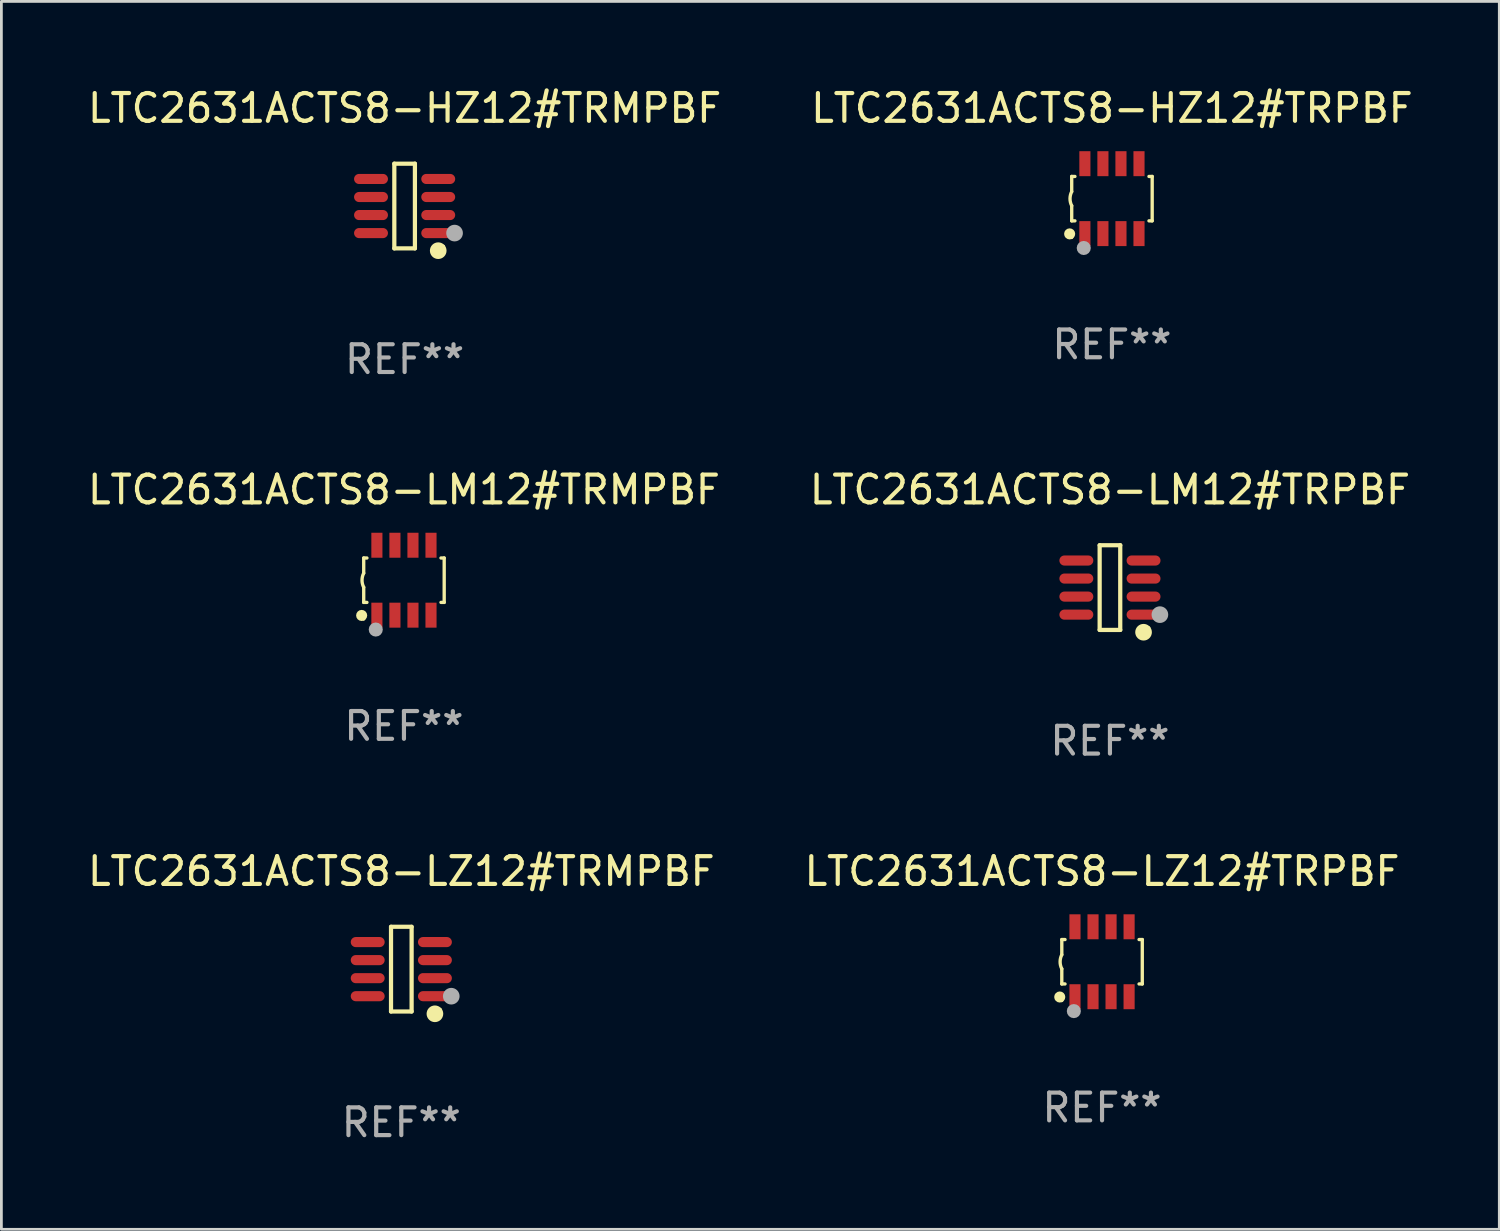
<source format=kicad_pcb>
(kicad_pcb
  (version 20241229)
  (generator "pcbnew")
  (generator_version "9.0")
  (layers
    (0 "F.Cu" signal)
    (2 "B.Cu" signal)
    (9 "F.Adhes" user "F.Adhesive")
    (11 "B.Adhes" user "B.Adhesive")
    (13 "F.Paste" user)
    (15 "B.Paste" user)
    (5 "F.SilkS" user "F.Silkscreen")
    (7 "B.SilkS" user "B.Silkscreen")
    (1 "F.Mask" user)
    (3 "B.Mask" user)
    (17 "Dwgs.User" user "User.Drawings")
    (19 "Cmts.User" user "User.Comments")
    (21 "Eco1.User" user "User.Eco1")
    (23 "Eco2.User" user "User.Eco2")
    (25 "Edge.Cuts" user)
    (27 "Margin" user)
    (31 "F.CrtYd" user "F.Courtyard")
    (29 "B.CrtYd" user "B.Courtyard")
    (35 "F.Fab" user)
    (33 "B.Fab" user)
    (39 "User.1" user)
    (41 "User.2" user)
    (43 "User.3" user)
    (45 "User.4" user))
  (footprint "LTC2631ACTS8-HZ12#TRMPBF"
    (layer "F.Cu")
    (at 11.53 4.374)
    (property "Reference" "LTC2631ACTS8-HZ12#TRMPBF" (at 0 -3.526 0) (layer "F.SilkS") (effects (font (size 1 1) (thickness 0.15))))
    (attr through_hole)
    (fp_line (start -0.371 -1.526) (end 0.371 -1.526) (stroke (width 0.152) (type solid)) (layer "F.SilkS"))
    (fp_line (start -0.371 1.526) (end -0.371 -1.526) (stroke (width 0.152) (type solid)) (layer "F.SilkS"))
    (fp_line (start 0.371 -1.526) (end 0.371 1.526) (stroke (width 0.152) (type solid)) (layer "F.SilkS"))
    (fp_line (start 0.371 1.526) (end -0.371 1.526) (stroke (width 0.152) (type solid)) (layer "F.SilkS"))
    (fp_circle (center 1.211 1.609) (end 1.361 1.609) (stroke (width 0.3) (type solid)) (fill no) (layer "F.SilkS"))
    (fp_circle (center 1.4 1.45) (end 1.43 1.45) (stroke (width 0.06) (type solid)) (fill no) (layer "F.SilkS"))
    (fp_circle (center 1.8 0.975) (end 1.95 0.975) (stroke (width 0.3) (type solid)) (fill no) (layer "F.Fab"))
    (fp_text user "REF**" (at 0 5.526 0) (layer "F.Fab") (effects (font (size 1 1) (thickness 0.15))))
    (pad "1" smd oval (at 1.211 0.975) (size 1.222 0.364) (layers "F.Cu" "F.Mask" "F.Paste"))
    (pad "2" smd oval (at 1.211 0.325) (size 1.222 0.364) (layers "F.Cu" "F.Mask" "F.Paste"))
    (pad "3" smd oval (at 1.211 -0.325) (size 1.222 0.364) (layers "F.Cu" "F.Mask" "F.Paste"))
    (pad "4" smd oval (at 1.211 -0.975) (size 1.222 0.364) (layers "F.Cu" "F.Mask" "F.Paste"))
    (pad "5" smd oval (at -1.211 -0.975) (size 1.222 0.364) (layers "F.Cu" "F.Mask" "F.Paste"))
    (pad "6" smd oval (at -1.211 -0.325) (size 1.222 0.364) (layers "F.Cu" "F.Mask" "F.Paste"))
    (pad "7" smd oval (at -1.211 0.325) (size 1.222 0.364) (layers "F.Cu" "F.Mask" "F.Paste"))
    (pad "8" smd oval (at -1.211 0.975) (size 1.222 0.364) (layers "F.Cu" "F.Mask" "F.Paste")))
  (footprint "LTC2631ACTS8-LM12#TRPBF"
    (layer "F.Cu")
    (at 36.946 18.123)
    (property "Reference" "LTC2631ACTS8-LM12#TRPBF" (at 0 -3.526 0) (layer "F.SilkS") (effects (font (size 1 1) (thickness 0.15))))
    (attr through_hole)
    (fp_line (start -0.371 -1.526) (end 0.371 -1.526) (stroke (width 0.152) (type solid)) (layer "F.SilkS"))
    (fp_line (start -0.371 1.526) (end -0.371 -1.526) (stroke (width 0.152) (type solid)) (layer "F.SilkS"))
    (fp_line (start 0.371 -1.526) (end 0.371 1.526) (stroke (width 0.152) (type solid)) (layer "F.SilkS"))
    (fp_line (start 0.371 1.526) (end -0.371 1.526) (stroke (width 0.152) (type solid)) (layer "F.SilkS"))
    (fp_circle (center 1.211 1.609) (end 1.361 1.609) (stroke (width 0.3) (type solid)) (fill no) (layer "F.SilkS"))
    (fp_circle (center 1.4 1.45) (end 1.43 1.45) (stroke (width 0.06) (type solid)) (fill no) (layer "F.SilkS"))
    (fp_circle (center 1.8 0.975) (end 1.95 0.975) (stroke (width 0.3) (type solid)) (fill no) (layer "F.Fab"))
    (fp_text user "REF**" (at 0 5.526 0) (layer "F.Fab") (effects (font (size 1 1) (thickness 0.15))))
    (pad "1" smd oval (at 1.211 0.975) (size 1.222 0.364) (layers "F.Cu" "F.Mask" "F.Paste"))
    (pad "2" smd oval (at 1.211 0.325) (size 1.222 0.364) (layers "F.Cu" "F.Mask" "F.Paste"))
    (pad "3" smd oval (at 1.211 -0.325) (size 1.222 0.364) (layers "F.Cu" "F.Mask" "F.Paste"))
    (pad "4" smd oval (at 1.211 -0.975) (size 1.222 0.364) (layers "F.Cu" "F.Mask" "F.Paste"))
    (pad "5" smd oval (at -1.211 -0.975) (size 1.222 0.364) (layers "F.Cu" "F.Mask" "F.Paste"))
    (pad "6" smd oval (at -1.211 -0.325) (size 1.222 0.364) (layers "F.Cu" "F.Mask" "F.Paste"))
    (pad "7" smd oval (at -1.211 0.325) (size 1.222 0.364) (layers "F.Cu" "F.Mask" "F.Paste"))
    (pad "8" smd oval (at -1.211 0.975) (size 1.222 0.364) (layers "F.Cu" "F.Mask" "F.Paste")))
  (footprint "LTC2631ACTS8-HZ12#TRPBF"
    (layer "F.Cu")
    (at 37.018 4.108)
    (property "Reference" "LTC2631ACTS8-HZ12#TRPBF" (at 0 -3.26 0) (layer "F.SilkS") (effects (font (size 1 1) (thickness 0.15))))
    (attr through_hole)
    (fp_line (start -1.45 -0.8) (end -1.45 -0.254) (stroke (width 0.12) (type solid)) (layer "F.SilkS"))
    (fp_line (start -1.45 -0.8) (end -1.334 -0.8) (stroke (width 0.12) (type solid)) (layer "F.SilkS"))
    (fp_line (start -1.45 0.8) (end -1.45 0.254) (stroke (width 0.12) (type solid)) (layer "F.SilkS"))
    (fp_line (start -1.45 0.8) (end -1.334 0.8) (stroke (width 0.12) (type solid)) (layer "F.SilkS"))
    (fp_line (start 1.334 -0.8) (end 1.45 -0.8) (stroke (width 0.12) (type solid)) (layer "F.SilkS"))
    (fp_line (start 1.334 0.8) (end 1.45 0.8) (stroke (width 0.12) (type solid)) (layer "F.SilkS"))
    (fp_line (start 1.45 0.8) (end 1.45 -0.8) (stroke (width 0.12) (type solid)) (layer "F.SilkS"))
    (fp_arc (start -1.45075 0.255144) (mid -1.510605 0.000434) (end -1.450013 -0.254102) (stroke (width 0.11999) (type solid)) (layer "F.SilkS"))
    (fp_circle (center -1.524 1.27) (end -1.424 1.27) (stroke (width 0.2) (type solid)) (fill no) (layer "F.SilkS"))
    (fp_circle (center -1.45 1.4) (end -1.42 1.4) (stroke (width 0.06) (type solid)) (fill no) (layer "F.SilkS"))
    (fp_circle (center -1.016 1.778) (end -0.889 1.778) (stroke (width 0.254) (type solid)) (fill no) (layer "F.Fab"))
    (fp_text user "REF**" (at 0 5.26 0) (layer "F.Fab") (effects (font (size 1 1) (thickness 0.15))))
    (pad "1" smd rect (at -0.975 1.26) (size 0.4 0.9) (layers "F.Cu" "F.Mask" "F.Paste"))
    (pad "2" smd rect (at -0.325 1.26) (size 0.4 0.9) (layers "F.Cu" "F.Mask" "F.Paste"))
    (pad "3" smd rect (at 0.325 1.26) (size 0.4 0.9) (layers "F.Cu" "F.Mask" "F.Paste"))
    (pad "4" smd rect (at 0.975 1.26) (size 0.4 0.9) (layers "F.Cu" "F.Mask" "F.Paste"))
    (pad "5" smd rect (at 0.975 -1.26) (size 0.4 0.9) (layers "F.Cu" "F.Mask" "F.Paste"))
    (pad "6" smd rect (at 0.325 -1.26) (size 0.4 0.9) (layers "F.Cu" "F.Mask" "F.Paste"))
    (pad "7" smd rect (at -0.325 -1.26) (size 0.4 0.9) (layers "F.Cu" "F.Mask" "F.Paste"))
    (pad "8" smd rect (at -0.975 -1.26) (size 0.4 0.9) (layers "F.Cu" "F.Mask" "F.Paste")))
  (footprint "LTC2631ACTS8-LZ12#TRPBF"
    (layer "F.Cu")
    (at 36.661 31.606)
    (property "Reference" "LTC2631ACTS8-LZ12#TRPBF" (at 0 -3.26 0) (layer "F.SilkS") (effects (font (size 1 1) (thickness 0.15))))
    (attr through_hole)
    (fp_line (start -1.45 -0.8) (end -1.45 -0.254) (stroke (width 0.12) (type solid)) (layer "F.SilkS"))
    (fp_line (start -1.45 -0.8) (end -1.334 -0.8) (stroke (width 0.12) (type solid)) (layer "F.SilkS"))
    (fp_line (start -1.45 0.8) (end -1.45 0.254) (stroke (width 0.12) (type solid)) (layer "F.SilkS"))
    (fp_line (start -1.45 0.8) (end -1.334 0.8) (stroke (width 0.12) (type solid)) (layer "F.SilkS"))
    (fp_line (start 1.334 -0.8) (end 1.45 -0.8) (stroke (width 0.12) (type solid)) (layer "F.SilkS"))
    (fp_line (start 1.334 0.8) (end 1.45 0.8) (stroke (width 0.12) (type solid)) (layer "F.SilkS"))
    (fp_line (start 1.45 0.8) (end 1.45 -0.8) (stroke (width 0.12) (type solid)) (layer "F.SilkS"))
    (fp_arc (start -1.45075 0.255144) (mid -1.510605 0.000434) (end -1.450013 -0.254102) (stroke (width 0.11999) (type solid)) (layer "F.SilkS"))
    (fp_circle (center -1.524 1.27) (end -1.424 1.27) (stroke (width 0.2) (type solid)) (fill no) (layer "F.SilkS"))
    (fp_circle (center -1.45 1.4) (end -1.42 1.4) (stroke (width 0.06) (type solid)) (fill no) (layer "F.SilkS"))
    (fp_circle (center -1.016 1.778) (end -0.889 1.778) (stroke (width 0.254) (type solid)) (fill no) (layer "F.Fab"))
    (fp_text user "REF**" (at 0 5.26 0) (layer "F.Fab") (effects (font (size 1 1) (thickness 0.15))))
    (pad "1" smd rect (at -0.975 1.26) (size 0.4 0.9) (layers "F.Cu" "F.Mask" "F.Paste"))
    (pad "2" smd rect (at -0.325 1.26) (size 0.4 0.9) (layers "F.Cu" "F.Mask" "F.Paste"))
    (pad "3" smd rect (at 0.325 1.26) (size 0.4 0.9) (layers "F.Cu" "F.Mask" "F.Paste"))
    (pad "4" smd rect (at 0.975 1.26) (size 0.4 0.9) (layers "F.Cu" "F.Mask" "F.Paste"))
    (pad "5" smd rect (at 0.975 -1.26) (size 0.4 0.9) (layers "F.Cu" "F.Mask" "F.Paste"))
    (pad "6" smd rect (at 0.325 -1.26) (size 0.4 0.9) (layers "F.Cu" "F.Mask" "F.Paste"))
    (pad "7" smd rect (at -0.325 -1.26) (size 0.4 0.9) (layers "F.Cu" "F.Mask" "F.Paste"))
    (pad "8" smd rect (at -0.975 -1.26) (size 0.4 0.9) (layers "F.Cu" "F.Mask" "F.Paste")))
  (footprint "LTC2631ACTS8-LM12#TRMPBF"
    (layer "F.Cu")
    (at 11.506 17.857)
    (property "Reference" "LTC2631ACTS8-LM12#TRMPBF" (at 0 -3.26 0) (layer "F.SilkS") (effects (font (size 1 1) (thickness 0.15))))
    (attr through_hole)
    (fp_line (start -1.45 -0.8) (end -1.45 -0.254) (stroke (width 0.12) (type solid)) (layer "F.SilkS"))
    (fp_line (start -1.45 -0.8) (end -1.334 -0.8) (stroke (width 0.12) (type solid)) (layer "F.SilkS"))
    (fp_line (start -1.45 0.8) (end -1.45 0.254) (stroke (width 0.12) (type solid)) (layer "F.SilkS"))
    (fp_line (start -1.45 0.8) (end -1.334 0.8) (stroke (width 0.12) (type solid)) (layer "F.SilkS"))
    (fp_line (start 1.334 -0.8) (end 1.45 -0.8) (stroke (width 0.12) (type solid)) (layer "F.SilkS"))
    (fp_line (start 1.334 0.8) (end 1.45 0.8) (stroke (width 0.12) (type solid)) (layer "F.SilkS"))
    (fp_line (start 1.45 0.8) (end 1.45 -0.8) (stroke (width 0.12) (type solid)) (layer "F.SilkS"))
    (fp_arc (start -1.45075 0.255144) (mid -1.510605 0.000434) (end -1.450013 -0.254102) (stroke (width 0.11999) (type solid)) (layer "F.SilkS"))
    (fp_circle (center -1.524 1.27) (end -1.424 1.27) (stroke (width 0.2) (type solid)) (fill no) (layer "F.SilkS"))
    (fp_circle (center -1.45 1.4) (end -1.42 1.4) (stroke (width 0.06) (type solid)) (fill no) (layer "F.SilkS"))
    (fp_circle (center -1.016 1.778) (end -0.889 1.778) (stroke (width 0.254) (type solid)) (fill no) (layer "F.Fab"))
    (fp_text user "REF**" (at 0 5.26 0) (layer "F.Fab") (effects (font (size 1 1) (thickness 0.15))))
    (pad "1" smd rect (at -0.975 1.26) (size 0.4 0.9) (layers "F.Cu" "F.Mask" "F.Paste"))
    (pad "2" smd rect (at -0.325 1.26) (size 0.4 0.9) (layers "F.Cu" "F.Mask" "F.Paste"))
    (pad "3" smd rect (at 0.325 1.26) (size 0.4 0.9) (layers "F.Cu" "F.Mask" "F.Paste"))
    (pad "4" smd rect (at 0.975 1.26) (size 0.4 0.9) (layers "F.Cu" "F.Mask" "F.Paste"))
    (pad "5" smd rect (at 0.975 -1.26) (size 0.4 0.9) (layers "F.Cu" "F.Mask" "F.Paste"))
    (pad "6" smd rect (at 0.325 -1.26) (size 0.4 0.9) (layers "F.Cu" "F.Mask" "F.Paste"))
    (pad "7" smd rect (at -0.325 -1.26) (size 0.4 0.9) (layers "F.Cu" "F.Mask" "F.Paste"))
    (pad "8" smd rect (at -0.975 -1.26) (size 0.4 0.9) (layers "F.Cu" "F.Mask" "F.Paste")))
  (footprint "LTC2631ACTS8-LZ12#TRMPBF"
    (layer "F.Cu")
    (at 11.411 31.872)
    (property "Reference" "LTC2631ACTS8-LZ12#TRMPBF" (at 0 -3.526 0) (layer "F.SilkS") (effects (font (size 1 1) (thickness 0.15))))
    (attr through_hole)
    (fp_line (start -0.371 -1.526) (end 0.371 -1.526) (stroke (width 0.152) (type solid)) (layer "F.SilkS"))
    (fp_line (start -0.371 1.526) (end -0.371 -1.526) (stroke (width 0.152) (type solid)) (layer "F.SilkS"))
    (fp_line (start 0.371 -1.526) (end 0.371 1.526) (stroke (width 0.152) (type solid)) (layer "F.SilkS"))
    (fp_line (start 0.371 1.526) (end -0.371 1.526) (stroke (width 0.152) (type solid)) (layer "F.SilkS"))
    (fp_circle (center 1.211 1.609) (end 1.361 1.609) (stroke (width 0.3) (type solid)) (fill no) (layer "F.SilkS"))
    (fp_circle (center 1.4 1.45) (end 1.43 1.45) (stroke (width 0.06) (type solid)) (fill no) (layer "F.SilkS"))
    (fp_circle (center 1.8 0.975) (end 1.95 0.975) (stroke (width 0.3) (type solid)) (fill no) (layer "F.Fab"))
    (fp_text user "REF**" (at 0 5.526 0) (layer "F.Fab") (effects (font (size 1 1) (thickness 0.15))))
    (pad "1" smd oval (at 1.211 0.975) (size 1.222 0.364) (layers "F.Cu" "F.Mask" "F.Paste"))
    (pad "2" smd oval (at 1.211 0.325) (size 1.222 0.364) (layers "F.Cu" "F.Mask" "F.Paste"))
    (pad "3" smd oval (at 1.211 -0.325) (size 1.222 0.364) (layers "F.Cu" "F.Mask" "F.Paste"))
    (pad "4" smd oval (at 1.211 -0.975) (size 1.222 0.364) (layers "F.Cu" "F.Mask" "F.Paste"))
    (pad "5" smd oval (at -1.211 -0.975) (size 1.222 0.364) (layers "F.Cu" "F.Mask" "F.Paste"))
    (pad "6" smd oval (at -1.211 -0.325) (size 1.222 0.364) (layers "F.Cu" "F.Mask" "F.Paste"))
    (pad "7" smd oval (at -1.211 0.325) (size 1.222 0.364) (layers "F.Cu" "F.Mask" "F.Paste"))
    (pad "8" smd oval (at -1.211 0.975) (size 1.222 0.364) (layers "F.Cu" "F.Mask" "F.Paste")))
  (gr_rect
    (start -3 -3)
    (end 50.976 41.247)
    (stroke (width 0.1) (type default))
    (fill no)
    (layer "Edge.Cuts")))
</source>
